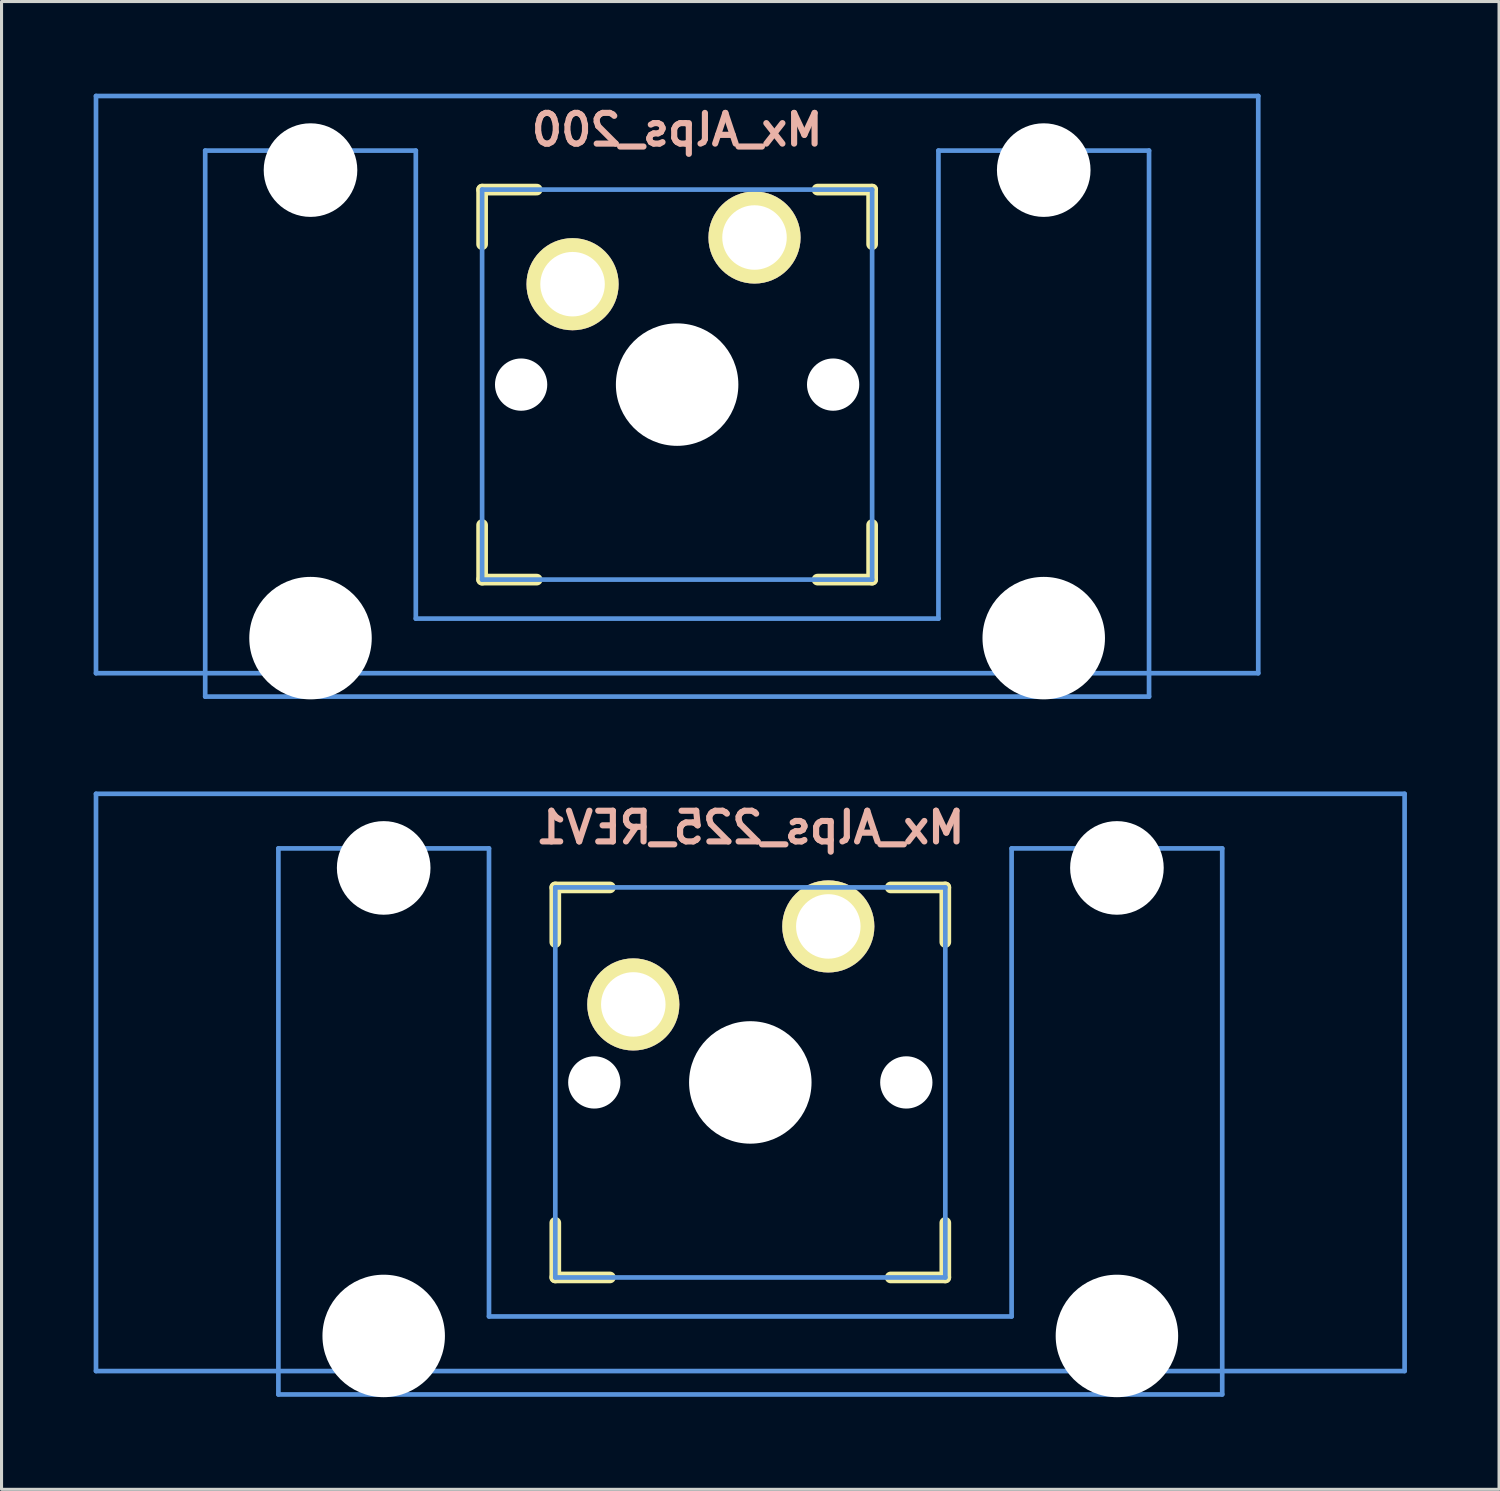
<source format=kicad_pcb>
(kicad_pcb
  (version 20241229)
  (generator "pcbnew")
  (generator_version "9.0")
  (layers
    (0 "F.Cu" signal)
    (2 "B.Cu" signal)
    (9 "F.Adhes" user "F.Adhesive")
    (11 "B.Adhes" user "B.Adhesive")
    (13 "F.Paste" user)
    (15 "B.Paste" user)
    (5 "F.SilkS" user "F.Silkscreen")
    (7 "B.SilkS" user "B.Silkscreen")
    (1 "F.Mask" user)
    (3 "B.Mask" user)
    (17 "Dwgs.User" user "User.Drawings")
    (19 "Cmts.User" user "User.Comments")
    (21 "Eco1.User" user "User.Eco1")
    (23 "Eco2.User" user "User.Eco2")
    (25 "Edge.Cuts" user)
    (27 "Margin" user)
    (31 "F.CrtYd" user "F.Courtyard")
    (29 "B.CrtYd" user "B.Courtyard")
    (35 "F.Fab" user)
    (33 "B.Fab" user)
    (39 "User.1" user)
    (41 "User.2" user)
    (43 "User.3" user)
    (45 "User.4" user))
  (footprint "Mx_Alps_225_REV1"
    (layer "F.Cu")
    (at 21.382 32.197)
    (property "Reference" "Mx_Alps_225_REV1" (at 0 -8.3 0) (layer "B.SilkS") (effects (font (size 1 1) (thickness 0.2)) (justify mirror)))
    (attr through_hole)
    (fp_line (start -6.35 -6.35) (end -4.572 -6.35) (stroke (width 0.381) (type solid)) (layer "F.SilkS"))
    (fp_line (start -6.35 -4.572) (end -6.35 -6.35) (stroke (width 0.381) (type solid)) (layer "F.SilkS"))
    (fp_line (start -6.35 6.35) (end -6.35 4.572) (stroke (width 0.381) (type solid)) (layer "F.SilkS"))
    (fp_line (start -4.572 6.35) (end -6.35 6.35) (stroke (width 0.381) (type solid)) (layer "F.SilkS"))
    (fp_line (start 4.572 -6.35) (end 6.35 -6.35) (stroke (width 0.381) (type solid)) (layer "F.SilkS"))
    (fp_line (start 6.35 -6.35) (end 6.35 -4.572) (stroke (width 0.381) (type solid)) (layer "F.SilkS"))
    (fp_line (start 6.35 4.572) (end 6.35 6.35) (stroke (width 0.381) (type solid)) (layer "F.SilkS"))
    (fp_line (start 6.35 6.35) (end 4.572 6.35) (stroke (width 0.381) (type solid)) (layer "F.SilkS"))
    (fp_line (start -21.306 -9.398) (end 21.306 -9.398) (stroke (width 0.152) (type solid)) (layer "Cmts.User"))
    (fp_line (start -21.306 9.398) (end -21.306 -9.398) (stroke (width 0.152) (type solid)) (layer "Cmts.User"))
    (fp_line (start -15.367 -7.62) (end -15.367 10.16) (stroke (width 0.152) (type solid)) (layer "Cmts.User"))
    (fp_line (start -15.367 10.16) (end 15.367 10.16) (stroke (width 0.152) (type solid)) (layer "Cmts.User"))
    (fp_line (start -8.509 -7.62) (end -15.367 -7.62) (stroke (width 0.152) (type solid)) (layer "Cmts.User"))
    (fp_line (start -8.509 7.62) (end -8.509 -7.62) (stroke (width 0.152) (type solid)) (layer "Cmts.User"))
    (fp_line (start -6.35 -6.35) (end 6.35 -6.35) (stroke (width 0.152) (type solid)) (layer "Cmts.User"))
    (fp_line (start -6.35 6.35) (end -6.35 -6.35) (stroke (width 0.152) (type solid)) (layer "Cmts.User"))
    (fp_line (start 6.35 -6.35) (end 6.35 6.35) (stroke (width 0.152) (type solid)) (layer "Cmts.User"))
    (fp_line (start 6.35 6.35) (end -6.35 6.35) (stroke (width 0.152) (type solid)) (layer "Cmts.User"))
    (fp_line (start 8.509 -7.62) (end 8.509 7.62) (stroke (width 0.152) (type solid)) (layer "Cmts.User"))
    (fp_line (start 8.509 7.62) (end -8.509 7.62) (stroke (width 0.152) (type solid)) (layer "Cmts.User"))
    (fp_line (start 15.367 -7.62) (end 8.509 -7.62) (stroke (width 0.152) (type solid)) (layer "Cmts.User"))
    (fp_line (start 15.367 10.16) (end 15.367 -7.62) (stroke (width 0.152) (type solid)) (layer "Cmts.User"))
    (fp_line (start 21.306 -9.398) (end 21.306 9.398) (stroke (width 0.152) (type solid)) (layer "Cmts.User"))
    (fp_line (start 21.306 9.398) (end -21.306 9.398) (stroke (width 0.152) (type solid)) (layer "Cmts.User"))
    (fp_line (start -16.129 -2.286) (end -15.265 -2.286) (stroke (width 0.152) (type solid)) (layer "Eco2.User"))
    (fp_line (start -16.129 0.508) (end -16.129 -2.286) (stroke (width 0.152) (type solid)) (layer "Eco2.User"))
    (fp_line (start -15.265 -5.69) (end -8.611 -5.69) (stroke (width 0.152) (type solid)) (layer "Eco2.User"))
    (fp_line (start -15.265 -2.286) (end -15.265 -5.69) (stroke (width 0.152) (type solid)) (layer "Eco2.User"))
    (fp_line (start -15.265 0.508) (end -16.129 0.508) (stroke (width 0.152) (type solid)) (layer "Eco2.User"))
    (fp_line (start -15.265 6.604) (end -15.265 0.508) (stroke (width 0.152) (type solid)) (layer "Eco2.User"))
    (fp_line (start -14.224 6.604) (end -15.265 6.604) (stroke (width 0.152) (type solid)) (layer "Eco2.User"))
    (fp_line (start -14.224 7.772) (end -14.224 6.604) (stroke (width 0.152) (type solid)) (layer "Eco2.User"))
    (fp_line (start -9.652 6.604) (end -9.652 7.772) (stroke (width 0.152) (type solid)) (layer "Eco2.User"))
    (fp_line (start -9.652 7.772) (end -14.224 7.772) (stroke (width 0.152) (type solid)) (layer "Eco2.User"))
    (fp_line (start -8.611 -5.69) (end -8.611 -4.877) (stroke (width 0.152) (type solid)) (layer "Eco2.User"))
    (fp_line (start -8.611 -4.877) (end -6.985 -4.877) (stroke (width 0.152) (type solid)) (layer "Eco2.User"))
    (fp_line (start -8.611 5.817) (end -8.611 6.604) (stroke (width 0.152) (type solid)) (layer "Eco2.User"))
    (fp_line (start -8.611 6.604) (end -9.652 6.604) (stroke (width 0.152) (type solid)) (layer "Eco2.User"))
    (fp_line (start -6.985 -6.985) (end 6.985 -6.985) (stroke (width 0.152) (type solid)) (layer "Eco2.User"))
    (fp_line (start -6.985 -4.877) (end -6.985 -6.985) (stroke (width 0.152) (type solid)) (layer "Eco2.User"))
    (fp_line (start -6.985 5.817) (end -8.611 5.817) (stroke (width 0.152) (type solid)) (layer "Eco2.User"))
    (fp_line (start -6.985 6.985) (end -6.985 5.817) (stroke (width 0.152) (type solid)) (layer "Eco2.User"))
    (fp_line (start 6.985 -6.985) (end 6.985 -4.877) (stroke (width 0.152) (type solid)) (layer "Eco2.User"))
    (fp_line (start 6.985 -4.877) (end 8.611 -4.877) (stroke (width 0.152) (type solid)) (layer "Eco2.User"))
    (fp_line (start 6.985 5.817) (end 6.985 6.985) (stroke (width 0.152) (type solid)) (layer "Eco2.User"))
    (fp_line (start 6.985 6.985) (end -6.985 6.985) (stroke (width 0.152) (type solid)) (layer "Eco2.User"))
    (fp_line (start 8.611 -5.69) (end 15.265 -5.69) (stroke (width 0.152) (type solid)) (layer "Eco2.User"))
    (fp_line (start 8.611 -4.877) (end 8.611 -5.69) (stroke (width 0.152) (type solid)) (layer "Eco2.User"))
    (fp_line (start 8.611 5.817) (end 6.985 5.817) (stroke (width 0.152) (type solid)) (layer "Eco2.User"))
    (fp_line (start 8.611 6.604) (end 8.611 5.817) (stroke (width 0.152) (type solid)) (layer "Eco2.User"))
    (fp_line (start 9.652 6.604) (end 8.611 6.604) (stroke (width 0.152) (type solid)) (layer "Eco2.User"))
    (fp_line (start 9.652 7.772) (end 9.652 6.604) (stroke (width 0.152) (type solid)) (layer "Eco2.User"))
    (fp_line (start 14.224 6.604) (end 14.224 7.772) (stroke (width 0.152) (type solid)) (layer "Eco2.User"))
    (fp_line (start 14.224 7.772) (end 9.652 7.772) (stroke (width 0.152) (type solid)) (layer "Eco2.User"))
    (fp_line (start 15.265 -5.69) (end 15.265 -2.286) (stroke (width 0.152) (type solid)) (layer "Eco2.User"))
    (fp_line (start 15.265 -2.286) (end 16.129 -2.286) (stroke (width 0.152) (type solid)) (layer "Eco2.User"))
    (fp_line (start 15.265 0.508) (end 15.265 6.604) (stroke (width 0.152) (type solid)) (layer "Eco2.User"))
    (fp_line (start 15.265 6.604) (end 14.224 6.604) (stroke (width 0.152) (type solid)) (layer "Eco2.User"))
    (fp_line (start 16.129 -2.286) (end 16.129 0.508) (stroke (width 0.152) (type solid)) (layer "Eco2.User"))
    (fp_line (start 16.129 0.508) (end 15.265 0.508) (stroke (width 0.152) (type solid)) (layer "Eco2.User"))
    (pad "" np_thru_hole circle (at -11.938 -6.985) (size 3.048 3.048) (drill 3.048) (layers "*.Cu"))
    (pad "" np_thru_hole circle (at -11.938 8.255) (size 3.988 3.988) (drill 3.988) (layers "*.Cu"))
    (pad "" np_thru_hole circle (at -5.08 0) (size 1.702 1.702) (drill 1.702) (layers "*.Cu"))
    (pad "" np_thru_hole circle (at 0 0) (size 3.988 3.988) (drill 3.988) (layers "*.Cu"))
    (pad "" np_thru_hole circle (at 5.08 0) (size 1.702 1.702) (drill 1.702) (layers "*.Cu"))
    (pad "" np_thru_hole circle (at 11.938 -6.985) (size 3.048 3.048) (drill 3.048) (layers "*.Cu"))
    (pad "" np_thru_hole circle (at 11.938 8.255) (size 3.988 3.988) (drill 3.988) (layers "*.Cu"))
    (pad "1" thru_hole oval (at -3.81 -2.54) (size 3 3) (drill oval 2.1) (layers "*.Cu" "*.Mask" "F.SilkS"))
    (pad "2" thru_hole oval (at 2.54 -5.08) (size 3 3) (drill oval 2.1) (layers "*.Cu" "*.Mask" "F.SilkS")))
  (footprint "Mx_Alps_200"
    (layer "F.Cu")
    (at 18.999 9.474)
    (property "Reference" "Mx_Alps_200" (at 0 -8.3 0) (layer "B.SilkS") (effects (font (size 1 1) (thickness 0.2)) (justify mirror)))
    (attr through_hole)
    (fp_line (start -6.35 -6.35) (end -4.572 -6.35) (stroke (width 0.381) (type solid)) (layer "F.SilkS"))
    (fp_line (start -6.35 -4.572) (end -6.35 -6.35) (stroke (width 0.381) (type solid)) (layer "F.SilkS"))
    (fp_line (start -6.35 6.35) (end -6.35 4.572) (stroke (width 0.381) (type solid)) (layer "F.SilkS"))
    (fp_line (start -4.572 6.35) (end -6.35 6.35) (stroke (width 0.381) (type solid)) (layer "F.SilkS"))
    (fp_line (start 4.572 -6.35) (end 6.35 -6.35) (stroke (width 0.381) (type solid)) (layer "F.SilkS"))
    (fp_line (start 6.35 -6.35) (end 6.35 -4.572) (stroke (width 0.381) (type solid)) (layer "F.SilkS"))
    (fp_line (start 6.35 4.572) (end 6.35 6.35) (stroke (width 0.381) (type solid)) (layer "F.SilkS"))
    (fp_line (start 6.35 6.35) (end 4.572 6.35) (stroke (width 0.381) (type solid)) (layer "F.SilkS"))
    (fp_line (start -18.923 -9.398) (end 18.923 -9.398) (stroke (width 0.152) (type solid)) (layer "Cmts.User"))
    (fp_line (start -18.923 9.398) (end -18.923 -9.398) (stroke (width 0.152) (type solid)) (layer "Cmts.User"))
    (fp_line (start -15.367 -7.62) (end -15.367 10.16) (stroke (width 0.152) (type solid)) (layer "Cmts.User"))
    (fp_line (start -15.367 10.16) (end 15.367 10.16) (stroke (width 0.152) (type solid)) (layer "Cmts.User"))
    (fp_line (start -8.509 -7.62) (end -15.367 -7.62) (stroke (width 0.152) (type solid)) (layer "Cmts.User"))
    (fp_line (start -8.509 7.62) (end -8.509 -7.62) (stroke (width 0.152) (type solid)) (layer "Cmts.User"))
    (fp_line (start -6.35 -6.35) (end 6.35 -6.35) (stroke (width 0.152) (type solid)) (layer "Cmts.User"))
    (fp_line (start -6.35 6.35) (end -6.35 -6.35) (stroke (width 0.152) (type solid)) (layer "Cmts.User"))
    (fp_line (start 6.35 -6.35) (end 6.35 6.35) (stroke (width 0.152) (type solid)) (layer "Cmts.User"))
    (fp_line (start 6.35 6.35) (end -6.35 6.35) (stroke (width 0.152) (type solid)) (layer "Cmts.User"))
    (fp_line (start 8.509 -7.62) (end 8.509 7.62) (stroke (width 0.152) (type solid)) (layer "Cmts.User"))
    (fp_line (start 8.509 7.62) (end -8.509 7.62) (stroke (width 0.152) (type solid)) (layer "Cmts.User"))
    (fp_line (start 15.367 -7.62) (end 8.509 -7.62) (stroke (width 0.152) (type solid)) (layer "Cmts.User"))
    (fp_line (start 15.367 10.16) (end 15.367 -7.62) (stroke (width 0.152) (type solid)) (layer "Cmts.User"))
    (fp_line (start 18.923 -9.398) (end 18.923 9.398) (stroke (width 0.152) (type solid)) (layer "Cmts.User"))
    (fp_line (start 18.923 9.398) (end -18.923 9.398) (stroke (width 0.152) (type solid)) (layer "Cmts.User"))
    (fp_line (start -16.129 -2.286) (end -15.265 -2.286) (stroke (width 0.152) (type solid)) (layer "Eco2.User"))
    (fp_line (start -16.129 0.508) (end -16.129 -2.286) (stroke (width 0.152) (type solid)) (layer "Eco2.User"))
    (fp_line (start -15.265 -5.69) (end -8.611 -5.69) (stroke (width 0.152) (type solid)) (layer "Eco2.User"))
    (fp_line (start -15.265 -2.286) (end -15.265 -5.69) (stroke (width 0.152) (type solid)) (layer "Eco2.User"))
    (fp_line (start -15.265 0.508) (end -16.129 0.508) (stroke (width 0.152) (type solid)) (layer "Eco2.User"))
    (fp_line (start -15.265 6.604) (end -15.265 0.508) (stroke (width 0.152) (type solid)) (layer "Eco2.User"))
    (fp_line (start -14.224 6.604) (end -15.265 6.604) (stroke (width 0.152) (type solid)) (layer "Eco2.User"))
    (fp_line (start -14.224 7.772) (end -14.224 6.604) (stroke (width 0.152) (type solid)) (layer "Eco2.User"))
    (fp_line (start -9.652 6.604) (end -9.652 7.772) (stroke (width 0.152) (type solid)) (layer "Eco2.User"))
    (fp_line (start -9.652 7.772) (end -14.224 7.772) (stroke (width 0.152) (type solid)) (layer "Eco2.User"))
    (fp_line (start -8.611 -5.69) (end -8.611 -4.877) (stroke (width 0.152) (type solid)) (layer "Eco2.User"))
    (fp_line (start -8.611 -4.877) (end -6.985 -4.877) (stroke (width 0.152) (type solid)) (layer "Eco2.User"))
    (fp_line (start -8.611 5.817) (end -8.611 6.604) (stroke (width 0.152) (type solid)) (layer "Eco2.User"))
    (fp_line (start -8.611 6.604) (end -9.652 6.604) (stroke (width 0.152) (type solid)) (layer "Eco2.User"))
    (fp_line (start -6.985 -6.985) (end 6.985 -6.985) (stroke (width 0.152) (type solid)) (layer "Eco2.User"))
    (fp_line (start -6.985 -4.877) (end -6.985 -6.985) (stroke (width 0.152) (type solid)) (layer "Eco2.User"))
    (fp_line (start -6.985 5.817) (end -8.611 5.817) (stroke (width 0.152) (type solid)) (layer "Eco2.User"))
    (fp_line (start -6.985 6.985) (end -6.985 5.817) (stroke (width 0.152) (type solid)) (layer "Eco2.User"))
    (fp_line (start 6.985 -6.985) (end 6.985 -4.877) (stroke (width 0.152) (type solid)) (layer "Eco2.User"))
    (fp_line (start 6.985 -4.877) (end 8.611 -4.877) (stroke (width 0.152) (type solid)) (layer "Eco2.User"))
    (fp_line (start 6.985 5.817) (end 6.985 6.985) (stroke (width 0.152) (type solid)) (layer "Eco2.User"))
    (fp_line (start 6.985 6.985) (end -6.985 6.985) (stroke (width 0.152) (type solid)) (layer "Eco2.User"))
    (fp_line (start 8.611 -5.69) (end 15.265 -5.69) (stroke (width 0.152) (type solid)) (layer "Eco2.User"))
    (fp_line (start 8.611 -4.877) (end 8.611 -5.69) (stroke (width 0.152) (type solid)) (layer "Eco2.User"))
    (fp_line (start 8.611 5.817) (end 6.985 5.817) (stroke (width 0.152) (type solid)) (layer "Eco2.User"))
    (fp_line (start 8.611 6.604) (end 8.611 5.817) (stroke (width 0.152) (type solid)) (layer "Eco2.User"))
    (fp_line (start 9.652 6.604) (end 8.611 6.604) (stroke (width 0.152) (type solid)) (layer "Eco2.User"))
    (fp_line (start 9.652 7.772) (end 9.652 6.604) (stroke (width 0.152) (type solid)) (layer "Eco2.User"))
    (fp_line (start 14.224 6.604) (end 14.224 7.772) (stroke (width 0.152) (type solid)) (layer "Eco2.User"))
    (fp_line (start 14.224 7.772) (end 9.652 7.772) (stroke (width 0.152) (type solid)) (layer "Eco2.User"))
    (fp_line (start 15.265 -5.69) (end 15.265 -2.286) (stroke (width 0.152) (type solid)) (layer "Eco2.User"))
    (fp_line (start 15.265 -2.286) (end 16.129 -2.286) (stroke (width 0.152) (type solid)) (layer "Eco2.User"))
    (fp_line (start 15.265 0.508) (end 15.265 6.604) (stroke (width 0.152) (type solid)) (layer "Eco2.User"))
    (fp_line (start 15.265 6.604) (end 14.224 6.604) (stroke (width 0.152) (type solid)) (layer "Eco2.User"))
    (fp_line (start 16.129 -2.286) (end 16.129 0.508) (stroke (width 0.152) (type solid)) (layer "Eco2.User"))
    (fp_line (start 16.129 0.508) (end 15.265 0.508) (stroke (width 0.152) (type solid)) (layer "Eco2.User"))
    (pad "" np_thru_hole circle (at -11.938 -6.985) (size 3.048 3.048) (drill 3.048) (layers "*.Cu"))
    (pad "" np_thru_hole circle (at -11.938 8.255) (size 3.988 3.988) (drill 3.988) (layers "*.Cu"))
    (pad "" np_thru_hole circle (at -5.08 0) (size 1.702 1.702) (drill 1.702) (layers "*.Cu"))
    (pad "" np_thru_hole circle (at 0 0) (size 3.988 3.988) (drill 3.988) (layers "*.Cu"))
    (pad "" np_thru_hole circle (at 5.08 0) (size 1.702 1.702) (drill 1.702) (layers "*.Cu"))
    (pad "" np_thru_hole circle (at 11.938 -6.985) (size 3.048 3.048) (drill 3.048) (layers "*.Cu"))
    (pad "" np_thru_hole circle (at 11.938 8.255) (size 3.988 3.988) (drill 3.988) (layers "*.Cu"))
    (pad "1" thru_hole oval (at -3.405 -3.27) (size 3 3) (drill oval 2.1) (layers "*.Cu" "*.Mask" "F.SilkS"))
    (pad "2" thru_hole oval (at 2.52 -4.79) (size 3 3) (drill oval 2.1) (layers "*.Cu" "*.Mask" "F.SilkS")))
  (gr_rect
    (start -3 -3)
    (end 45.763 45.446)
    (stroke (width 0.1) (type default))
    (fill no)
    (layer "Edge.Cuts")))
</source>
